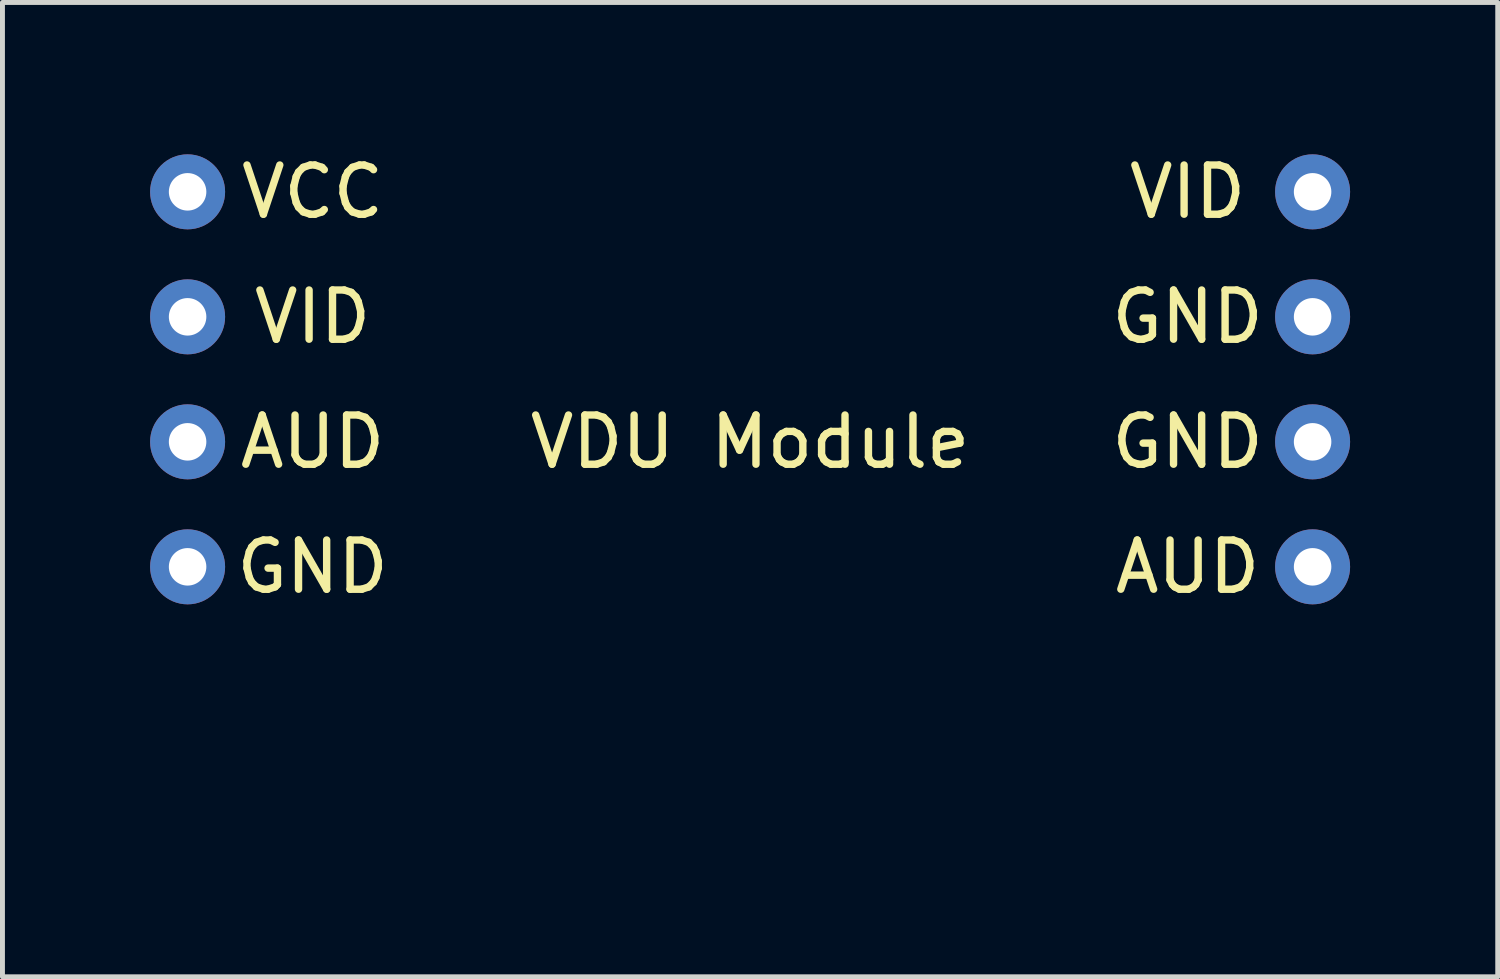
<source format=kicad_pcb>
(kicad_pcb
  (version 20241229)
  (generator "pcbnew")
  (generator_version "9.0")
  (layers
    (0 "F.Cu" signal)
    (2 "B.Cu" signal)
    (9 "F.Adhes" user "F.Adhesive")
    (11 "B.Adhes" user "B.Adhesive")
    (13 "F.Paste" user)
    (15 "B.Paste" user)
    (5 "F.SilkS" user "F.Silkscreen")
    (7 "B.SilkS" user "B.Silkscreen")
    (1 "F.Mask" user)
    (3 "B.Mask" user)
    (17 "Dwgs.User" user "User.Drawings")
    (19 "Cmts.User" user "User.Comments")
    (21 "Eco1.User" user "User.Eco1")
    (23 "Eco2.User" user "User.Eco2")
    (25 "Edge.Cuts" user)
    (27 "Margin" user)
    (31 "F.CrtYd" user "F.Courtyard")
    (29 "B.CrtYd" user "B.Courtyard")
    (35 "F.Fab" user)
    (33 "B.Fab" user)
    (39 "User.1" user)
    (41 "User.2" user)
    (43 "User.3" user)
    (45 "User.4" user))
  (footprint "VDU Module"
    (layer "F.Cu")
    (at 19.812 13.548)
    (property "Reference" "VDU Module" (at -7.62 -7.62 0) (layer "F.SilkS") (effects (font (size 1 1) (thickness 0.15))))
    (attr through_hole)
    (fp_text user "GND" (at 1.27 -7.62 0) (layer "F.SilkS") (effects (font (size 1 1) (thickness 0.15))))
    (fp_text user "AUD" (at 1.27 -5.08 0) (layer "F.SilkS") (effects (font (size 1 1) (thickness 0.15))))
    (fp_text user "GND" (at 1.27 -10.16 0) (layer "F.SilkS") (effects (font (size 1 1) (thickness 0.15))))
    (fp_text user "VID" (at 1.27 -12.7 0) (layer "F.SilkS") (effects (font (size 1 1) (thickness 0.15))))
    (fp_text user "GND" (at -16.51 -5.08 0) (layer "F.SilkS") (effects (font (size 1 1) (thickness 0.15))))
    (fp_text user "VID" (at -16.51 -10.16 0) (layer "F.SilkS") (effects (font (size 1 1) (thickness 0.15))))
    (fp_text user "VCC" (at -16.51 -12.7 0) (layer "F.SilkS") (effects (font (size 1 1) (thickness 0.15))))
    (fp_text user "AUD" (at -16.51 -7.62 0) (layer "F.SilkS") (effects (font (size 1 1) (thickness 0.15))))
    (pad "1" thru_hole circle (at -19.05 -12.7) (size 1.524 1.524) (drill 0.762) (layers "*.Cu" "*.Mask"))
    (pad "2" thru_hole circle (at -19.05 -10.16) (size 1.524 1.524) (drill 0.762) (layers "*.Cu" "*.Mask"))
    (pad "2" thru_hole circle (at -19.05 -5.08) (size 1.524 1.524) (drill 0.762) (layers "*.Cu" "*.Mask"))
    (pad "2" thru_hole circle (at 3.81 -10.16) (size 1.524 1.524) (drill 0.762) (layers "*.Cu" "*.Mask"))
    (pad "2" thru_hole circle (at 3.81 -7.62) (size 1.524 1.524) (drill 0.762) (layers "*.Cu" "*.Mask"))
    (pad "3" thru_hole circle (at -19.05 -7.62) (size 1.524 1.524) (drill 0.762) (layers "*.Cu" "*.Mask"))
    (pad "3" thru_hole circle (at 3.81 -12.7) (size 1.524 1.524) (drill 0.762) (layers "*.Cu" "*.Mask"))
    (pad "5" thru_hole circle (at 3.81 -5.08) (size 1.524 1.524) (drill 0.762) (layers "*.Cu" "*.Mask")))
  (gr_rect
    (start -3 -3)
    (end 27.384 16.798)
    (stroke (width 0.1) (type default))
    (fill no)
    (layer "Edge.Cuts")))
</source>
